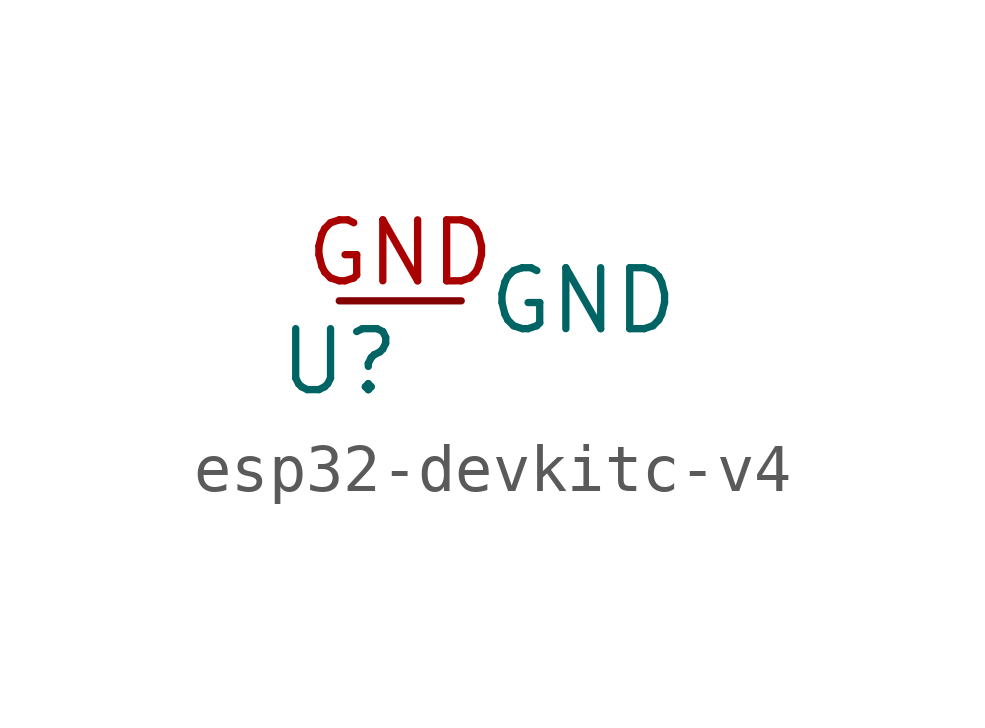
<source format=kicad_sym>
(kicad_symbol_lib
  (version 20231120)
  (generator "kicad_symbol_editor")
  (generator_version "8.0")
  (symbol "esp32-devkitc-v4"
    (property "Reference" "U"
      (at 0 0 0)
      (effects (font (size 1.27 1.27))))
    (property "Value" ""
      (at 0 0 0)
      (effects (font (size 1.27 1.27))))
    (symbol "esp32-devkitc-v4_1_1"
      (pin power_in line (at 0 1.27 0) (length 2.54) (name "GND" (effects (font (size 1.27 1.27)))) (number "GND" (effects (font (size 1.27 1.27))))))))
</source>
